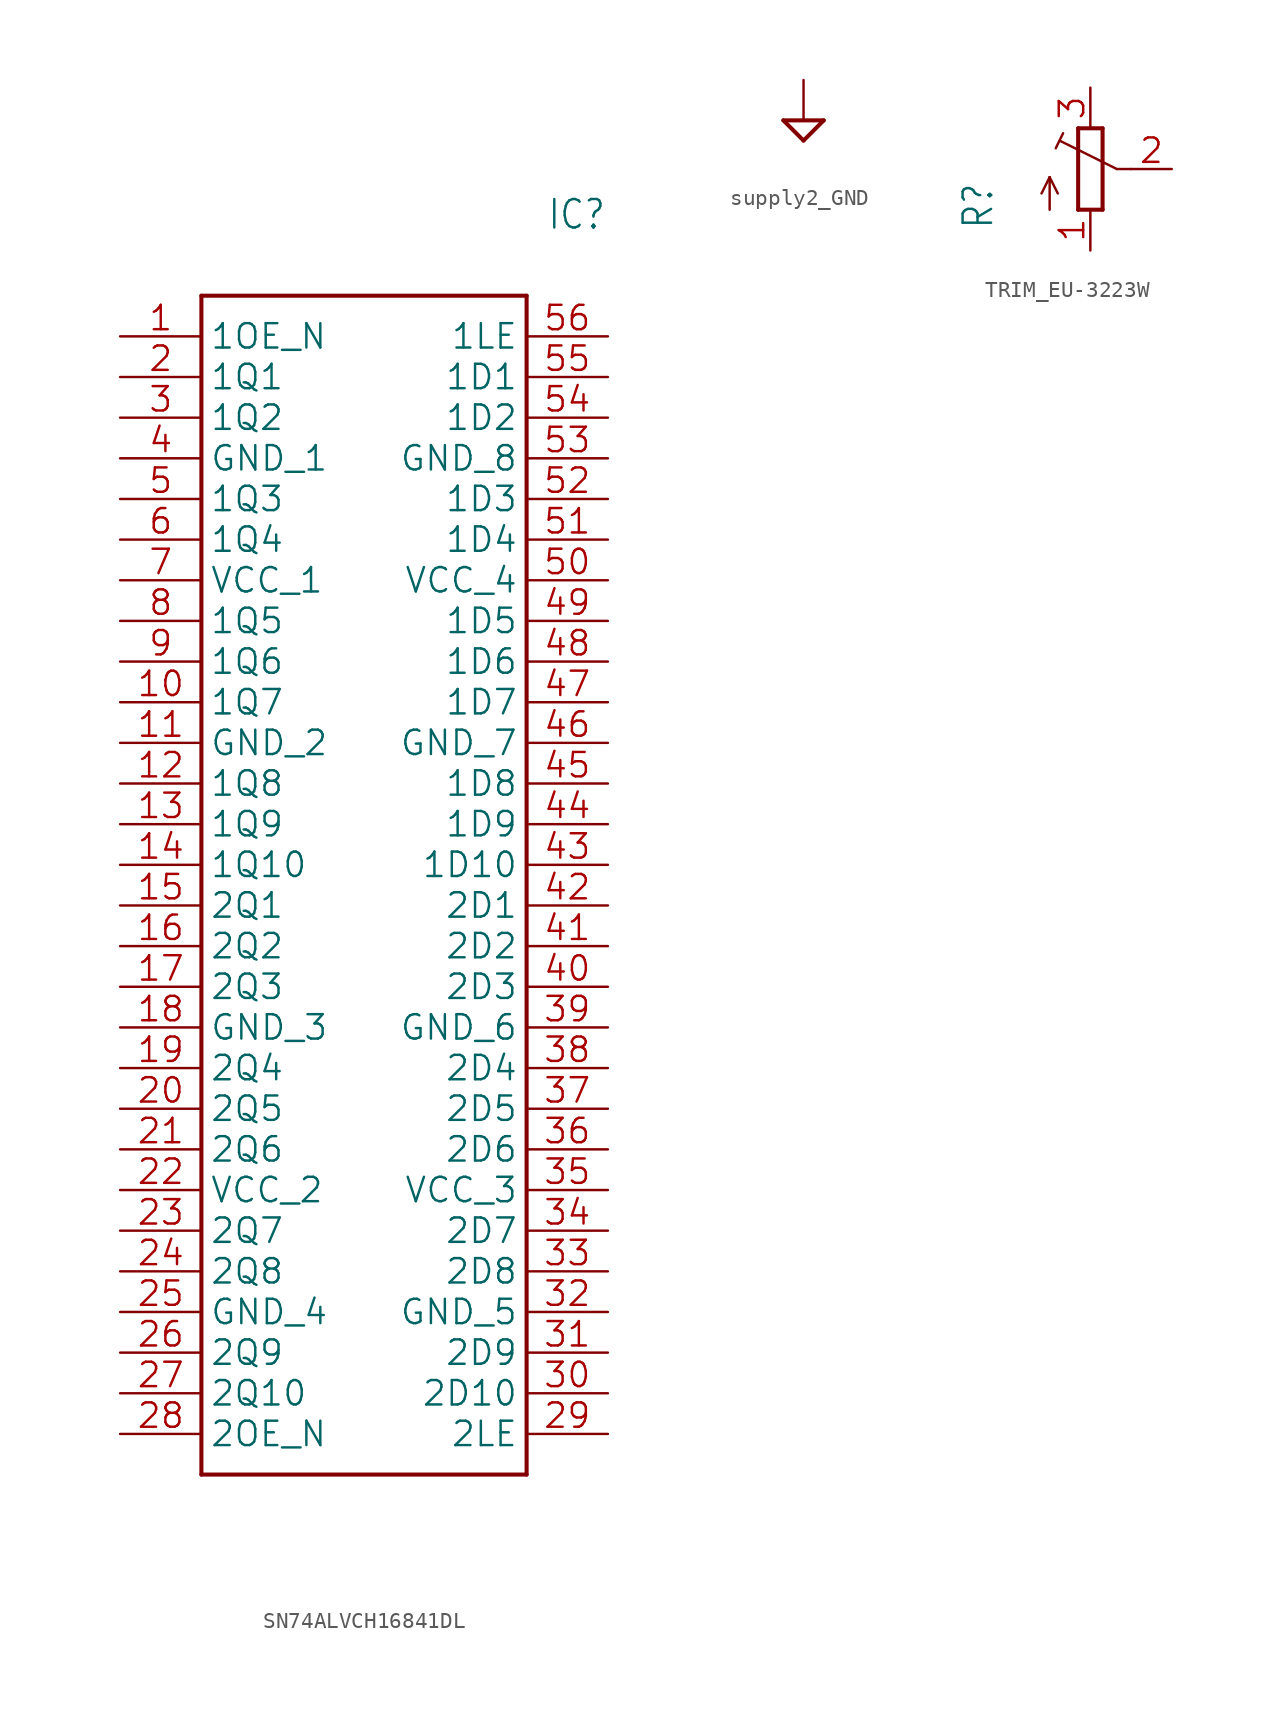
<source format=kicad_sym>
(kicad_symbol_lib
  (version 20241209)
  (generator "kicad_symbol_editor")
  (generator_version "9.0")
  (symbol "SN74ALVCH16841DL"
    (property "Reference" "IC"
      (at 26.67 7.62 0)
      (effects (font (size 1.778 1.511)) (justify left)))
    (property "Value" ""
      (at 26.67 5.08 0)
      (effects (font (size 1.778 1.511)) (justify left)))
    (property "ki_locked" ""
      (at 0 0 0)
      (effects (font (size 1.27 1.27))))
    (symbol "SN74ALVCH16841DL_1_0"
      (polyline (pts (xy 5.08 2.54) (xy 5.08 -71.12)) (stroke (width 0.254) (type solid)) (fill (type none)))
      (polyline (pts (xy 5.08 2.54) (xy 25.4 2.54)) (stroke (width 0.254) (type solid)) (fill (type none)))
      (polyline (pts (xy 25.4 -71.12) (xy 5.08 -71.12)) (stroke (width 0.254) (type solid)) (fill (type none)))
      (polyline (pts (xy 25.4 -71.12) (xy 25.4 2.54)) (stroke (width 0.254) (type solid)) (fill (type none)))
      (pin input line (at 0 0 0) (length 5.08) (name "1OE_N" (effects (font (size 1.524 1.524)))) (number "1" (effects (font (size 1.524 1.524)))))
      (pin output line (at 0 -2.54 0) (length 5.08) (name "1Q1" (effects (font (size 1.524 1.524)))) (number "2" (effects (font (size 1.524 1.524)))))
      (pin output line (at 0 -5.08 0) (length 5.08) (name "1Q2" (effects (font (size 1.524 1.524)))) (number "3" (effects (font (size 1.524 1.524)))))
      (pin power_in line (at 0 -7.62 0) (length 5.08) (name "GND_1" (effects (font (size 1.524 1.524)))) (number "4" (effects (font (size 1.524 1.524)))))
      (pin output line (at 0 -10.16 0) (length 5.08) (name "1Q3" (effects (font (size 1.524 1.524)))) (number "5" (effects (font (size 1.524 1.524)))))
      (pin output line (at 0 -12.7 0) (length 5.08) (name "1Q4" (effects (font (size 1.524 1.524)))) (number "6" (effects (font (size 1.524 1.524)))))
      (pin power_in line (at 0 -15.24 0) (length 5.08) (name "VCC_1" (effects (font (size 1.524 1.524)))) (number "7" (effects (font (size 1.524 1.524)))))
      (pin output line (at 0 -17.78 0) (length 5.08) (name "1Q5" (effects (font (size 1.524 1.524)))) (number "8" (effects (font (size 1.524 1.524)))))
      (pin output line (at 0 -20.32 0) (length 5.08) (name "1Q6" (effects (font (size 1.524 1.524)))) (number "9" (effects (font (size 1.524 1.524)))))
      (pin output line (at 0 -22.86 0) (length 5.08) (name "1Q7" (effects (font (size 1.524 1.524)))) (number "10" (effects (font (size 1.524 1.524)))))
      (pin power_in line (at 0 -25.4 0) (length 5.08) (name "GND_2" (effects (font (size 1.524 1.524)))) (number "11" (effects (font (size 1.524 1.524)))))
      (pin output line (at 0 -27.94 0) (length 5.08) (name "1Q8" (effects (font (size 1.524 1.524)))) (number "12" (effects (font (size 1.524 1.524)))))
      (pin output line (at 0 -30.48 0) (length 5.08) (name "1Q9" (effects (font (size 1.524 1.524)))) (number "13" (effects (font (size 1.524 1.524)))))
      (pin output line (at 0 -33.02 0) (length 5.08) (name "1Q10" (effects (font (size 1.524 1.524)))) (number "14" (effects (font (size 1.524 1.524)))))
      (pin output line (at 0 -35.56 0) (length 5.08) (name "2Q1" (effects (font (size 1.524 1.524)))) (number "15" (effects (font (size 1.524 1.524)))))
      (pin output line (at 0 -38.1 0) (length 5.08) (name "2Q2" (effects (font (size 1.524 1.524)))) (number "16" (effects (font (size 1.524 1.524)))))
      (pin output line (at 0 -40.64 0) (length 5.08) (name "2Q3" (effects (font (size 1.524 1.524)))) (number "17" (effects (font (size 1.524 1.524)))))
      (pin power_in line (at 0 -43.18 0) (length 5.08) (name "GND_3" (effects (font (size 1.524 1.524)))) (number "18" (effects (font (size 1.524 1.524)))))
      (pin output line (at 0 -45.72 0) (length 5.08) (name "2Q4" (effects (font (size 1.524 1.524)))) (number "19" (effects (font (size 1.524 1.524)))))
      (pin output line (at 0 -48.26 0) (length 5.08) (name "2Q5" (effects (font (size 1.524 1.524)))) (number "20" (effects (font (size 1.524 1.524)))))
      (pin output line (at 0 -50.8 0) (length 5.08) (name "2Q6" (effects (font (size 1.524 1.524)))) (number "21" (effects (font (size 1.524 1.524)))))
      (pin power_in line (at 0 -53.34 0) (length 5.08) (name "VCC_2" (effects (font (size 1.524 1.524)))) (number "22" (effects (font (size 1.524 1.524)))))
      (pin output line (at 0 -55.88 0) (length 5.08) (name "2Q7" (effects (font (size 1.524 1.524)))) (number "23" (effects (font (size 1.524 1.524)))))
      (pin output line (at 0 -58.42 0) (length 5.08) (name "2Q8" (effects (font (size 1.524 1.524)))) (number "24" (effects (font (size 1.524 1.524)))))
      (pin power_in line (at 0 -60.96 0) (length 5.08) (name "GND_4" (effects (font (size 1.524 1.524)))) (number "25" (effects (font (size 1.524 1.524)))))
      (pin output line (at 0 -63.5 0) (length 5.08) (name "2Q9" (effects (font (size 1.524 1.524)))) (number "26" (effects (font (size 1.524 1.524)))))
      (pin output line (at 0 -66.04 0) (length 5.08) (name "2Q10" (effects (font (size 1.524 1.524)))) (number "27" (effects (font (size 1.524 1.524)))))
      (pin input line (at 0 -68.58 0) (length 5.08) (name "2OE_N" (effects (font (size 1.524 1.524)))) (number "28" (effects (font (size 1.524 1.524)))))
      (pin input line (at 30.48 0 180) (length 5.08) (name "1LE" (effects (font (size 1.524 1.524)))) (number "56" (effects (font (size 1.524 1.524)))))
      (pin input line (at 30.48 -2.54 180) (length 5.08) (name "1D1" (effects (font (size 1.524 1.524)))) (number "55" (effects (font (size 1.524 1.524)))))
      (pin input line (at 30.48 -5.08 180) (length 5.08) (name "1D2" (effects (font (size 1.524 1.524)))) (number "54" (effects (font (size 1.524 1.524)))))
      (pin power_in line (at 30.48 -7.62 180) (length 5.08) (name "GND_8" (effects (font (size 1.524 1.524)))) (number "53" (effects (font (size 1.524 1.524)))))
      (pin input line (at 30.48 -10.16 180) (length 5.08) (name "1D3" (effects (font (size 1.524 1.524)))) (number "52" (effects (font (size 1.524 1.524)))))
      (pin input line (at 30.48 -12.7 180) (length 5.08) (name "1D4" (effects (font (size 1.524 1.524)))) (number "51" (effects (font (size 1.524 1.524)))))
      (pin power_in line (at 30.48 -15.24 180) (length 5.08) (name "VCC_4" (effects (font (size 1.524 1.524)))) (number "50" (effects (font (size 1.524 1.524)))))
      (pin input line (at 30.48 -17.78 180) (length 5.08) (name "1D5" (effects (font (size 1.524 1.524)))) (number "49" (effects (font (size 1.524 1.524)))))
      (pin input line (at 30.48 -20.32 180) (length 5.08) (name "1D6" (effects (font (size 1.524 1.524)))) (number "48" (effects (font (size 1.524 1.524)))))
      (pin input line (at 30.48 -22.86 180) (length 5.08) (name "1D7" (effects (font (size 1.524 1.524)))) (number "47" (effects (font (size 1.524 1.524)))))
      (pin power_in line (at 30.48 -25.4 180) (length 5.08) (name "GND_7" (effects (font (size 1.524 1.524)))) (number "46" (effects (font (size 1.524 1.524)))))
      (pin input line (at 30.48 -27.94 180) (length 5.08) (name "1D8" (effects (font (size 1.524 1.524)))) (number "45" (effects (font (size 1.524 1.524)))))
      (pin input line (at 30.48 -30.48 180) (length 5.08) (name "1D9" (effects (font (size 1.524 1.524)))) (number "44" (effects (font (size 1.524 1.524)))))
      (pin input line (at 30.48 -33.02 180) (length 5.08) (name "1D10" (effects (font (size 1.524 1.524)))) (number "43" (effects (font (size 1.524 1.524)))))
      (pin input line (at 30.48 -35.56 180) (length 5.08) (name "2D1" (effects (font (size 1.524 1.524)))) (number "42" (effects (font (size 1.524 1.524)))))
      (pin input line (at 30.48 -38.1 180) (length 5.08) (name "2D2" (effects (font (size 1.524 1.524)))) (number "41" (effects (font (size 1.524 1.524)))))
      (pin input line (at 30.48 -40.64 180) (length 5.08) (name "2D3" (effects (font (size 1.524 1.524)))) (number "40" (effects (font (size 1.524 1.524)))))
      (pin power_in line (at 30.48 -43.18 180) (length 5.08) (name "GND_6" (effects (font (size 1.524 1.524)))) (number "39" (effects (font (size 1.524 1.524)))))
      (pin input line (at 30.48 -45.72 180) (length 5.08) (name "2D4" (effects (font (size 1.524 1.524)))) (number "38" (effects (font (size 1.524 1.524)))))
      (pin input line (at 30.48 -48.26 180) (length 5.08) (name "2D5" (effects (font (size 1.524 1.524)))) (number "37" (effects (font (size 1.524 1.524)))))
      (pin input line (at 30.48 -50.8 180) (length 5.08) (name "2D6" (effects (font (size 1.524 1.524)))) (number "36" (effects (font (size 1.524 1.524)))))
      (pin power_in line (at 30.48 -53.34 180) (length 5.08) (name "VCC_3" (effects (font (size 1.524 1.524)))) (number "35" (effects (font (size 1.524 1.524)))))
      (pin input line (at 30.48 -55.88 180) (length 5.08) (name "2D7" (effects (font (size 1.524 1.524)))) (number "34" (effects (font (size 1.524 1.524)))))
      (pin input line (at 30.48 -58.42 180) (length 5.08) (name "2D8" (effects (font (size 1.524 1.524)))) (number "33" (effects (font (size 1.524 1.524)))))
      (pin power_in line (at 30.48 -60.96 180) (length 5.08) (name "GND_5" (effects (font (size 1.524 1.524)))) (number "32" (effects (font (size 1.524 1.524)))))
      (pin input line (at 30.48 -63.5 180) (length 5.08) (name "2D9" (effects (font (size 1.524 1.524)))) (number "31" (effects (font (size 1.524 1.524)))))
      (pin input line (at 30.48 -66.04 180) (length 5.08) (name "2D10" (effects (font (size 1.524 1.524)))) (number "30" (effects (font (size 1.524 1.524)))))
      (pin input line (at 30.48 -68.58 180) (length 5.08) (name "2LE" (effects (font (size 1.524 1.524)))) (number "29" (effects (font (size 1.524 1.524)))))))
  (symbol "supply2_GND"
    (power)
    (property "Reference" "#SUPPLY"
      (at 0 0 0)
      (effects (font (size 1.27 1.27)) (hide yes)))
    (property "Value" ""
      (at -1.905 -3.175 0)
      (effects (font (size 1.778 1.511)) (justify left bottom)))
    (property "ki_locked" ""
      (at 0 0 0)
      (effects (font (size 1.27 1.27))))
    (symbol "supply2_GND_1_0"
      (polyline (pts (xy -1.27 0) (xy 1.27 0)) (stroke (width 0.254) (type solid)) (fill (type none)))
      (polyline (pts (xy 0 -1.27) (xy -1.27 0)) (stroke (width 0.254) (type solid)) (fill (type none)))
      (polyline (pts (xy 1.27 0) (xy 0 -1.27)) (stroke (width 0.254) (type solid)) (fill (type none)))
      (pin power_in line (at 0 2.54 270) (length 2.54) (name "GND" (effects (font (size 0 0)))) (number "1" (effects (font (size 0 0)))))))
  (symbol "TRIM_EU-3223W"
    (property "Reference" "R"
      (at -5.969 -3.81 90)
      (effects (font (size 1.778 1.511)) (justify left bottom)))
    (property "Value" ""
      (at -3.81 -3.81 90)
      (effects (font (size 1.778 1.511)) (justify left bottom)))
    (property "ki_locked" ""
      (at 0 0 0)
      (effects (font (size 1.27 1.27))))
    (symbol "TRIM_EU-3223W_1_0"
      (polyline (pts (xy -2.54 -0.508) (xy -3.048 -1.524)) (stroke (width 0.152) (type solid)) (fill (type none)))
      (polyline (pts (xy -2.54 -0.508) (xy -2.032 -1.524)) (stroke (width 0.152) (type solid)) (fill (type none)))
      (polyline (pts (xy -2.54 -2.54) (xy -2.54 -0.508)) (stroke (width 0.152) (type solid)) (fill (type none)))
      (polyline (pts (xy -2.16 1.294) (xy -1.702 2.235)) (stroke (width 0.152) (type solid)) (fill (type none)))
      (polyline (pts (xy -0.762 2.54) (xy -0.762 -2.54)) (stroke (width 0.254) (type solid)) (fill (type none)))
      (polyline (pts (xy -0.762 -2.54) (xy 0.762 -2.54)) (stroke (width 0.254) (type solid)) (fill (type none)))
      (polyline (pts (xy 0.762 2.54) (xy -0.762 2.54)) (stroke (width 0.254) (type solid)) (fill (type none)))
      (polyline (pts (xy 0.762 -2.54) (xy 0.762 2.54)) (stroke (width 0.254) (type solid)) (fill (type none)))
      (polyline (pts (xy 1.651 0) (xy -1.88 1.753)) (stroke (width 0.152) (type solid)) (fill (type none)))
      (polyline (pts (xy 2.54 0) (xy 1.651 0)) (stroke (width 0.152) (type solid)) (fill (type none)))
      (pin passive line (at 0 5.08 270) (length 2.54) (name "E" (effects (font (size 0 0)))) (number "3" (effects (font (size 1.524 1.524)))))
      (pin passive line (at 0 -5.08 90) (length 2.54) (name "A" (effects (font (size 0 0)))) (number "1" (effects (font (size 1.524 1.524)))))
      (pin passive line (at 5.08 0 180) (length 2.54) (name "S" (effects (font (size 0 0)))) (number "2" (effects (font (size 1.524 1.524))))))))
</source>
